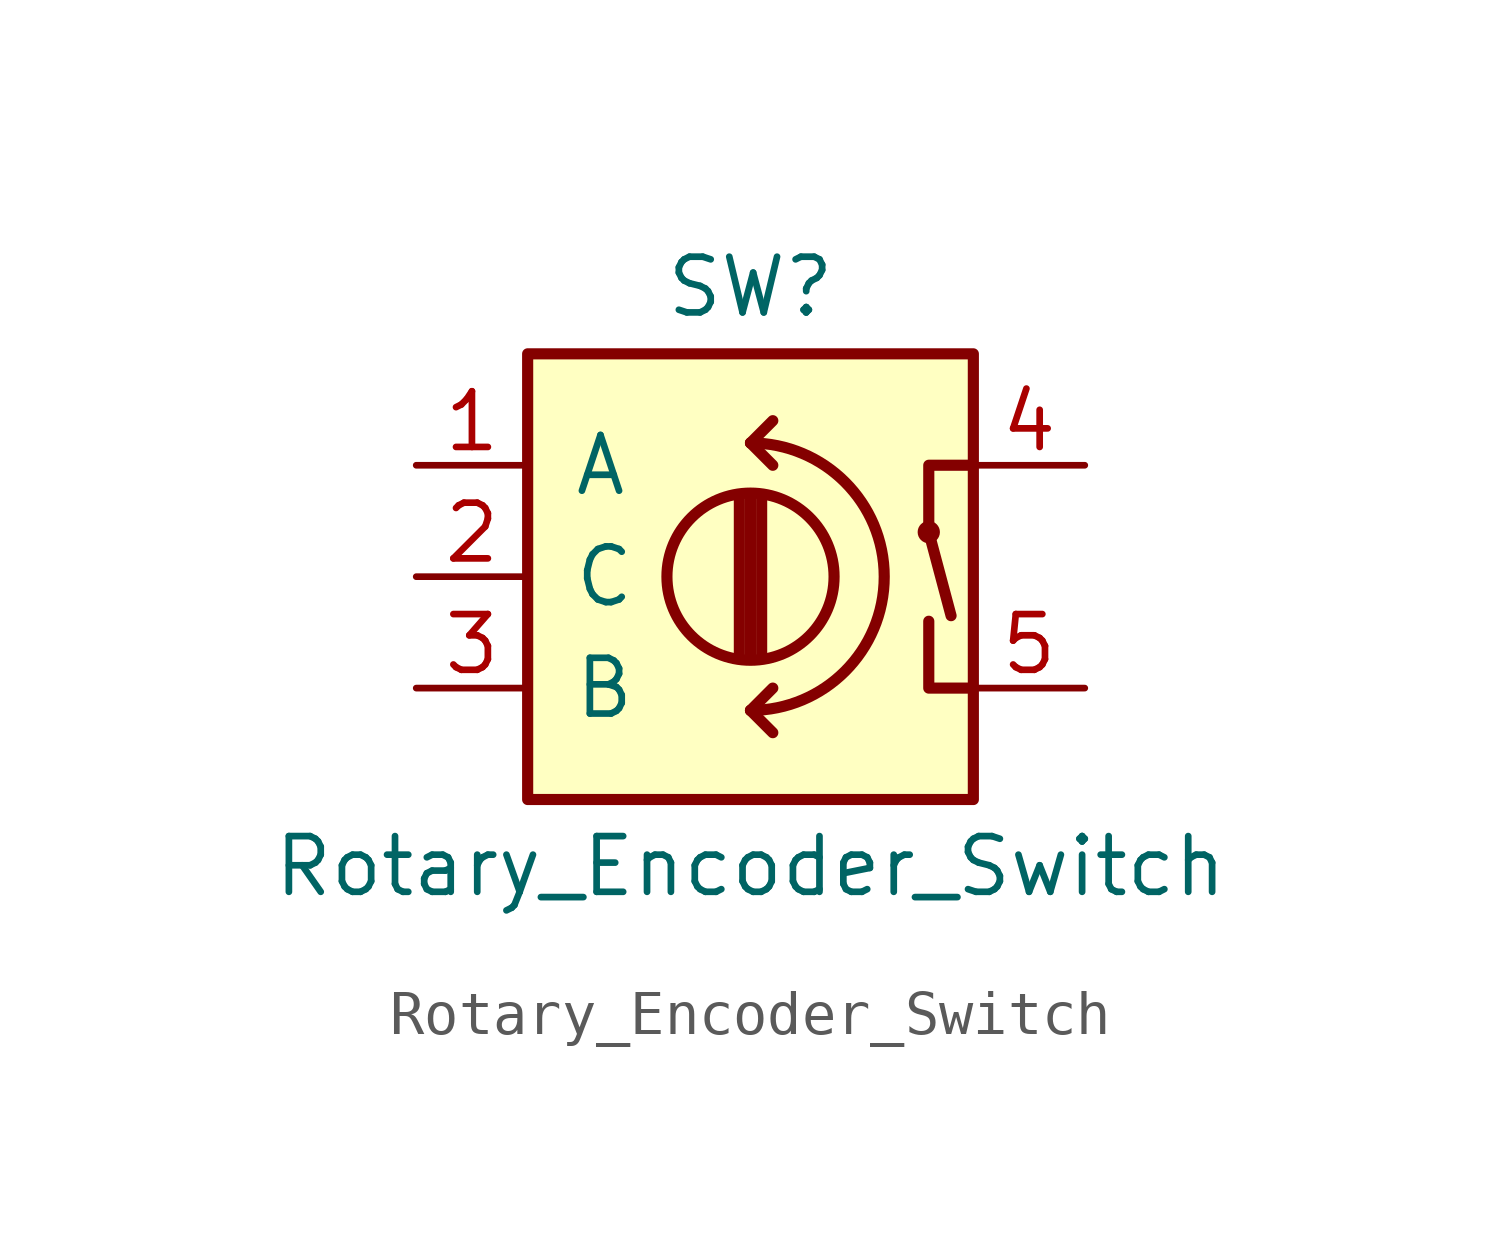
<source format=kicad_sym>
(kicad_symbol_lib
  (version 20210619)
  (generator kicad_symbol_editor)
  (symbol "rotary_encoder:Rotary_Encoder_Switch"
    (pin_names
      (offset 1.016))
    (property "Reference" "SW"
      (at 0 6.604 0)
      (effects (font (size 1.27 1.27))))
    (property "Value" "Rotary_Encoder_Switch"
      (at 0 -6.604 0)
      (effects (font (size 1.27 1.27))))
    (symbol "Rotary_Encoder_Switch_0_1"
      (arc (start 0 -3.048) (end 0 3.048) (radius (at 0 0) (length 3.048) (angles -89.9 89.9)) (stroke (width 0.254)) (fill (type none)))
      (circle (center 0 0) (radius 1.905) (stroke (width 0.254)) (fill (type none)))
      (circle (center 4.064 1.016) (radius 0.127) (stroke (width 0.254)) (fill (type none)))
      (rectangle (start -5.08 5.08) (end 5.08 -5.08) (stroke (width 0.254)) (fill (type background)))
      (polyline (pts (xy -0.254 -1.778) (xy -0.254 1.778)) (stroke (width 0.254)) (fill (type none)))
      (polyline (pts (xy 0 -3.048) (xy 0.508 -3.556)) (stroke (width 0.254)) (fill (type none)))
      (polyline (pts (xy 0 -3.048) (xy 0.508 -2.54)) (stroke (width 0.254)) (fill (type none)))
      (polyline (pts (xy 0 -1.778) (xy 0 1.778)) (stroke (width 0.254)) (fill (type none)))
      (polyline (pts (xy 0 3.048) (xy 0.508 2.54)) (stroke (width 0.254)) (fill (type none)))
      (polyline (pts (xy 0.254 1.778) (xy 0.254 -1.778)) (stroke (width 0.254)) (fill (type none)))
      (polyline (pts (xy 0.508 3.556) (xy 0 3.048)) (stroke (width 0.254)) (fill (type none)))
      (polyline (pts (xy 4.064 1.016) (xy 4.572 -0.889)) (stroke (width 0.254)) (fill (type none)))
      (polyline (pts (xy 5.08 -2.54) (xy 4.064 -2.54) (xy 4.064 -1.016)) (stroke (width 0.254)) (fill (type none)))
      (polyline (pts (xy 5.08 2.54) (xy 4.064 2.54) (xy 4.064 1.016)) (stroke (width 0.254)) (fill (type none))))
    (symbol "Rotary_Encoder_Switch_1_1"
      (pin input line (at -7.62 2.54 0) (length 2.54) (name "A" (effects (font (size 1.27 1.27)))) (number "1" (effects (font (size 1.27 1.27)))))
      (pin input line (at -7.62 0 0) (length 2.54) (name "C" (effects (font (size 1.27 1.27)))) (number "2" (effects (font (size 1.27 1.27)))))
      (pin input line (at -7.62 -2.54 0) (length 2.54) (name "B" (effects (font (size 1.27 1.27)))) (number "3" (effects (font (size 1.27 1.27)))))
      (pin input line (at 7.62 2.54 180) (length 2.54) (name "~" (effects (font (size 1.27 1.27)))) (number "4" (effects (font (size 1.27 1.27)))))
      (pin input line (at 7.62 -2.54 180) (length 2.54) (name "~" (effects (font (size 1.27 1.27)))) (number "5" (effects (font (size 1.27 1.27))))))))
</source>
